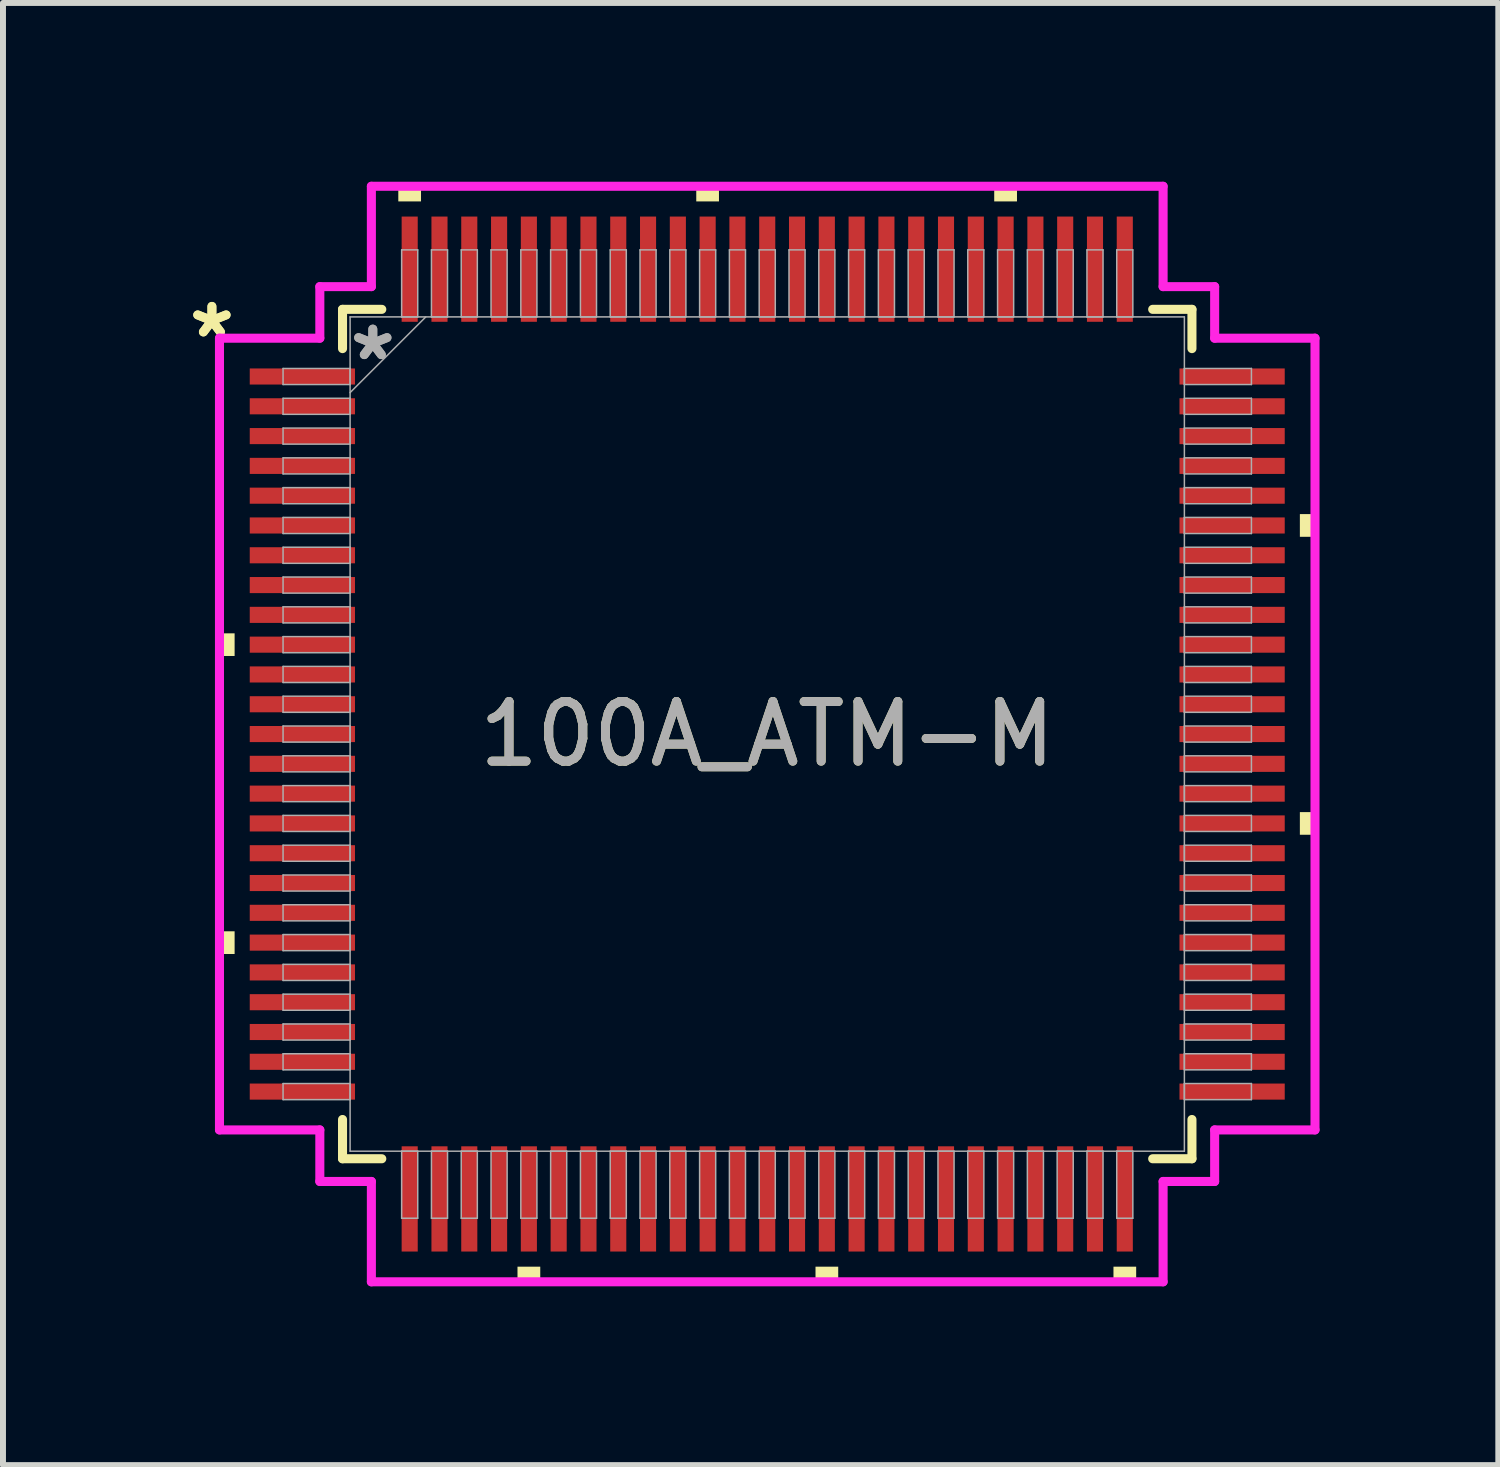
<source format=kicad_pcb>
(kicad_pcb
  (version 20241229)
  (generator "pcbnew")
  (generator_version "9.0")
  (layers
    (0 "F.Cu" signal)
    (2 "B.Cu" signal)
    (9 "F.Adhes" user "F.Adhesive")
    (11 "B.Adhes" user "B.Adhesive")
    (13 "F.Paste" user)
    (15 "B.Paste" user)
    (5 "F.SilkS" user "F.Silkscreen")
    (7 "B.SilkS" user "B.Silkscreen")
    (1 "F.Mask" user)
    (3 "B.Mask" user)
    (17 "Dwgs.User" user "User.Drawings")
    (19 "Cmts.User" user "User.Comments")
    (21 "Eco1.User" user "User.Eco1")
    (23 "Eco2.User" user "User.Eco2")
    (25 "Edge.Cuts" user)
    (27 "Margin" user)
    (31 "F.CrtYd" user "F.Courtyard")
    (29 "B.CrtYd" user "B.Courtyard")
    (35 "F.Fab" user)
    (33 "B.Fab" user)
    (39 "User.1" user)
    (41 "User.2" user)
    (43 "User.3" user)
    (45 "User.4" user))
  (footprint "100A_ATM-M"
    (layer "F.Cu")
    (at 9.825 9.268)
    (property "Reference" "100A_ATM-M" (at 0 0 0) (unlocked yes) (layer "F.SilkS") (effects (font (size 1 1) (thickness 0.15))))
    (attr smd)
    (fp_line (start -7.127 -7.127) (end -7.127 -6.468) (stroke (width 0.152) (type solid)) (layer "F.SilkS"))
    (fp_line (start -7.127 6.468) (end -7.127 7.127) (stroke (width 0.152) (type solid)) (layer "F.SilkS"))
    (fp_line (start -7.127 7.127) (end -6.468 7.127) (stroke (width 0.152) (type solid)) (layer "F.SilkS"))
    (fp_line (start -6.468 -7.127) (end -7.127 -7.127) (stroke (width 0.152) (type solid)) (layer "F.SilkS"))
    (fp_line (start 6.468 7.127) (end 7.127 7.127) (stroke (width 0.152) (type solid)) (layer "F.SilkS"))
    (fp_line (start 7.127 -7.127) (end 6.468 -7.127) (stroke (width 0.152) (type solid)) (layer "F.SilkS"))
    (fp_line (start 7.127 -6.468) (end 7.127 -7.127) (stroke (width 0.152) (type solid)) (layer "F.SilkS"))
    (fp_line (start 7.127 7.127) (end 7.127 6.468) (stroke (width 0.152) (type solid)) (layer "F.SilkS"))
    (fp_poly (pts (xy -9.192 -1.69) (xy -9.192 -1.31) (xy -8.938 -1.31) (xy -8.938 -1.69)) (stroke (width 0) (type solid)) (fill yes) (layer "F.SilkS"))
    (fp_poly (pts (xy -9.192 3.31) (xy -9.192 3.691) (xy -8.938 3.691) (xy -8.938 3.31)) (stroke (width 0) (type solid)) (fill yes) (layer "F.SilkS"))
    (fp_poly (pts (xy -6.191 -8.938) (xy -6.191 -9.192) (xy -5.81 -9.192) (xy -5.81 -8.938)) (stroke (width 0) (type solid)) (fill yes) (layer "F.SilkS"))
    (fp_poly (pts (xy -4.191 8.938) (xy -4.191 9.192) (xy -3.809 9.192) (xy -3.809 8.938)) (stroke (width 0) (type solid)) (fill yes) (layer "F.SilkS"))
    (fp_poly (pts (xy -1.191 -8.938) (xy -1.191 -9.192) (xy -0.81 -9.192) (xy -0.81 -8.938)) (stroke (width 0) (type solid)) (fill yes) (layer "F.SilkS"))
    (fp_poly (pts (xy 0.81 8.938) (xy 0.81 9.192) (xy 1.191 9.192) (xy 1.191 8.938)) (stroke (width 0) (type solid)) (fill yes) (layer "F.SilkS"))
    (fp_poly (pts (xy 3.809 -8.938) (xy 3.809 -9.192) (xy 4.191 -9.192) (xy 4.191 -8.938)) (stroke (width 0) (type solid)) (fill yes) (layer "F.SilkS"))
    (fp_poly (pts (xy 5.81 8.938) (xy 5.81 9.192) (xy 6.191 9.192) (xy 6.191 8.938)) (stroke (width 0) (type solid)) (fill yes) (layer "F.SilkS"))
    (fp_poly (pts (xy 9.192 -3.691) (xy 9.192 -3.31) (xy 8.938 -3.31) (xy 8.938 -3.691)) (stroke (width 0) (type solid)) (fill yes) (layer "F.SilkS"))
    (fp_poly (pts (xy 9.192 1.31) (xy 9.192 1.69) (xy 8.938 1.69) (xy 8.938 1.31)) (stroke (width 0) (type solid)) (fill yes) (layer "F.SilkS"))
    (fp_line (start -9.192 -6.643) (end -7.508 -6.643) (stroke (width 0.152) (type solid)) (layer "F.CrtYd"))
    (fp_line (start -9.192 6.643) (end -9.192 -6.643) (stroke (width 0.152) (type solid)) (layer "F.CrtYd"))
    (fp_line (start -7.508 -7.508) (end -6.643 -7.508) (stroke (width 0.152) (type solid)) (layer "F.CrtYd"))
    (fp_line (start -7.508 -6.643) (end -7.508 -7.508) (stroke (width 0.152) (type solid)) (layer "F.CrtYd"))
    (fp_line (start -7.508 6.643) (end -9.192 6.643) (stroke (width 0.152) (type solid)) (layer "F.CrtYd"))
    (fp_line (start -7.508 7.508) (end -7.508 6.643) (stroke (width 0.152) (type solid)) (layer "F.CrtYd"))
    (fp_line (start -7.508 7.508) (end -6.643 7.508) (stroke (width 0.152) (type solid)) (layer "F.CrtYd"))
    (fp_line (start -6.643 -9.192) (end 6.643 -9.192) (stroke (width 0.152) (type solid)) (layer "F.CrtYd"))
    (fp_line (start -6.643 -7.508) (end -6.643 -9.192) (stroke (width 0.152) (type solid)) (layer "F.CrtYd"))
    (fp_line (start -6.643 7.508) (end -6.643 9.192) (stroke (width 0.152) (type solid)) (layer "F.CrtYd"))
    (fp_line (start -6.643 9.192) (end 6.643 9.192) (stroke (width 0.152) (type solid)) (layer "F.CrtYd"))
    (fp_line (start 6.643 -9.192) (end 6.643 -7.508) (stroke (width 0.152) (type solid)) (layer "F.CrtYd"))
    (fp_line (start 6.643 -7.508) (end 7.508 -7.508) (stroke (width 0.152) (type solid)) (layer "F.CrtYd"))
    (fp_line (start 6.643 7.508) (end 7.508 7.508) (stroke (width 0.152) (type solid)) (layer "F.CrtYd"))
    (fp_line (start 6.643 9.192) (end 6.643 7.508) (stroke (width 0.152) (type solid)) (layer "F.CrtYd"))
    (fp_line (start 7.508 -6.643) (end 7.508 -7.508) (stroke (width 0.152) (type solid)) (layer "F.CrtYd"))
    (fp_line (start 7.508 6.643) (end 9.192 6.643) (stroke (width 0.152) (type solid)) (layer "F.CrtYd"))
    (fp_line (start 7.508 7.508) (end 7.508 6.643) (stroke (width 0.152) (type solid)) (layer "F.CrtYd"))
    (fp_line (start 9.192 -6.643) (end 7.508 -6.643) (stroke (width 0.152) (type solid)) (layer "F.CrtYd"))
    (fp_line (start 9.192 6.643) (end 9.192 -6.643) (stroke (width 0.152) (type solid)) (layer "F.CrtYd"))
    (fp_line (start -8.125 -6.135) (end -8.125 -5.865) (stroke (width 0.025) (type solid)) (layer "F.Fab"))
    (fp_line (start -8.125 -5.865) (end -7 -5.865) (stroke (width 0.025) (type solid)) (layer "F.Fab"))
    (fp_line (start -8.125 -5.635) (end -8.125 -5.365) (stroke (width 0.025) (type solid)) (layer "F.Fab"))
    (fp_line (start -8.125 -5.365) (end -7 -5.365) (stroke (width 0.025) (type solid)) (layer "F.Fab"))
    (fp_line (start -8.125 -5.135) (end -8.125 -4.865) (stroke (width 0.025) (type solid)) (layer "F.Fab"))
    (fp_line (start -8.125 -4.865) (end -7 -4.865) (stroke (width 0.025) (type solid)) (layer "F.Fab"))
    (fp_line (start -8.125 -4.635) (end -8.125 -4.365) (stroke (width 0.025) (type solid)) (layer "F.Fab"))
    (fp_line (start -8.125 -4.365) (end -7 -4.365) (stroke (width 0.025) (type solid)) (layer "F.Fab"))
    (fp_line (start -8.125 -4.135) (end -8.125 -3.865) (stroke (width 0.025) (type solid)) (layer "F.Fab"))
    (fp_line (start -8.125 -3.865) (end -7 -3.865) (stroke (width 0.025) (type solid)) (layer "F.Fab"))
    (fp_line (start -8.125 -3.635) (end -8.125 -3.365) (stroke (width 0.025) (type solid)) (layer "F.Fab"))
    (fp_line (start -8.125 -3.365) (end -7 -3.365) (stroke (width 0.025) (type solid)) (layer "F.Fab"))
    (fp_line (start -8.125 -3.135) (end -8.125 -2.865) (stroke (width 0.025) (type solid)) (layer "F.Fab"))
    (fp_line (start -8.125 -2.865) (end -7 -2.865) (stroke (width 0.025) (type solid)) (layer "F.Fab"))
    (fp_line (start -8.125 -2.635) (end -8.125 -2.365) (stroke (width 0.025) (type solid)) (layer "F.Fab"))
    (fp_line (start -8.125 -2.365) (end -7 -2.365) (stroke (width 0.025) (type solid)) (layer "F.Fab"))
    (fp_line (start -8.125 -2.135) (end -8.125 -1.865) (stroke (width 0.025) (type solid)) (layer "F.Fab"))
    (fp_line (start -8.125 -1.865) (end -7 -1.865) (stroke (width 0.025) (type solid)) (layer "F.Fab"))
    (fp_line (start -8.125 -1.635) (end -8.125 -1.365) (stroke (width 0.025) (type solid)) (layer "F.Fab"))
    (fp_line (start -8.125 -1.365) (end -7 -1.365) (stroke (width 0.025) (type solid)) (layer "F.Fab"))
    (fp_line (start -8.125 -1.135) (end -8.125 -0.865) (stroke (width 0.025) (type solid)) (layer "F.Fab"))
    (fp_line (start -8.125 -0.865) (end -7 -0.865) (stroke (width 0.025) (type solid)) (layer "F.Fab"))
    (fp_line (start -8.125 -0.635) (end -8.125 -0.365) (stroke (width 0.025) (type solid)) (layer "F.Fab"))
    (fp_line (start -8.125 -0.365) (end -7 -0.365) (stroke (width 0.025) (type solid)) (layer "F.Fab"))
    (fp_line (start -8.125 -0.135) (end -8.125 0.135) (stroke (width 0.025) (type solid)) (layer "F.Fab"))
    (fp_line (start -8.125 0.135) (end -7 0.135) (stroke (width 0.025) (type solid)) (layer "F.Fab"))
    (fp_line (start -8.125 0.365) (end -8.125 0.635) (stroke (width 0.025) (type solid)) (layer "F.Fab"))
    (fp_line (start -8.125 0.635) (end -7 0.635) (stroke (width 0.025) (type solid)) (layer "F.Fab"))
    (fp_line (start -8.125 0.865) (end -8.125 1.135) (stroke (width 0.025) (type solid)) (layer "F.Fab"))
    (fp_line (start -8.125 1.135) (end -7 1.135) (stroke (width 0.025) (type solid)) (layer "F.Fab"))
    (fp_line (start -8.125 1.365) (end -8.125 1.635) (stroke (width 0.025) (type solid)) (layer "F.Fab"))
    (fp_line (start -8.125 1.635) (end -7 1.635) (stroke (width 0.025) (type solid)) (layer "F.Fab"))
    (fp_line (start -8.125 1.865) (end -8.125 2.135) (stroke (width 0.025) (type solid)) (layer "F.Fab"))
    (fp_line (start -8.125 2.135) (end -7 2.135) (stroke (width 0.025) (type solid)) (layer "F.Fab"))
    (fp_line (start -8.125 2.365) (end -8.125 2.635) (stroke (width 0.025) (type solid)) (layer "F.Fab"))
    (fp_line (start -8.125 2.635) (end -7 2.635) (stroke (width 0.025) (type solid)) (layer "F.Fab"))
    (fp_line (start -8.125 2.865) (end -8.125 3.135) (stroke (width 0.025) (type solid)) (layer "F.Fab"))
    (fp_line (start -8.125 3.135) (end -7 3.135) (stroke (width 0.025) (type solid)) (layer "F.Fab"))
    (fp_line (start -8.125 3.365) (end -8.125 3.635) (stroke (width 0.025) (type solid)) (layer "F.Fab"))
    (fp_line (start -8.125 3.635) (end -7 3.635) (stroke (width 0.025) (type solid)) (layer "F.Fab"))
    (fp_line (start -8.125 3.865) (end -8.125 4.135) (stroke (width 0.025) (type solid)) (layer "F.Fab"))
    (fp_line (start -8.125 4.135) (end -7 4.135) (stroke (width 0.025) (type solid)) (layer "F.Fab"))
    (fp_line (start -8.125 4.365) (end -8.125 4.635) (stroke (width 0.025) (type solid)) (layer "F.Fab"))
    (fp_line (start -8.125 4.635) (end -7 4.635) (stroke (width 0.025) (type solid)) (layer "F.Fab"))
    (fp_line (start -8.125 4.865) (end -8.125 5.135) (stroke (width 0.025) (type solid)) (layer "F.Fab"))
    (fp_line (start -8.125 5.135) (end -7 5.135) (stroke (width 0.025) (type solid)) (layer "F.Fab"))
    (fp_line (start -8.125 5.365) (end -8.125 5.635) (stroke (width 0.025) (type solid)) (layer "F.Fab"))
    (fp_line (start -8.125 5.635) (end -7 5.635) (stroke (width 0.025) (type solid)) (layer "F.Fab"))
    (fp_line (start -8.125 5.865) (end -8.125 6.135) (stroke (width 0.025) (type solid)) (layer "F.Fab"))
    (fp_line (start -8.125 6.135) (end -7 6.135) (stroke (width 0.025) (type solid)) (layer "F.Fab"))
    (fp_line (start -7 -7) (end -7 7) (stroke (width 0.025) (type solid)) (layer "F.Fab"))
    (fp_line (start -7 -6.135) (end -8.125 -6.135) (stroke (width 0.025) (type solid)) (layer "F.Fab"))
    (fp_line (start -7 -5.865) (end -7 -6.135) (stroke (width 0.025) (type solid)) (layer "F.Fab"))
    (fp_line (start -7 -5.73) (end -5.73 -7) (stroke (width 0.025) (type solid)) (layer "F.Fab"))
    (fp_line (start -7 -5.635) (end -8.125 -5.635) (stroke (width 0.025) (type solid)) (layer "F.Fab"))
    (fp_line (start -7 -5.365) (end -7 -5.635) (stroke (width 0.025) (type solid)) (layer "F.Fab"))
    (fp_line (start -7 -5.135) (end -8.125 -5.135) (stroke (width 0.025) (type solid)) (layer "F.Fab"))
    (fp_line (start -7 -4.865) (end -7 -5.135) (stroke (width 0.025) (type solid)) (layer "F.Fab"))
    (fp_line (start -7 -4.635) (end -8.125 -4.635) (stroke (width 0.025) (type solid)) (layer "F.Fab"))
    (fp_line (start -7 -4.365) (end -7 -4.635) (stroke (width 0.025) (type solid)) (layer "F.Fab"))
    (fp_line (start -7 -4.135) (end -8.125 -4.135) (stroke (width 0.025) (type solid)) (layer "F.Fab"))
    (fp_line (start -7 -3.865) (end -7 -4.135) (stroke (width 0.025) (type solid)) (layer "F.Fab"))
    (fp_line (start -7 -3.635) (end -8.125 -3.635) (stroke (width 0.025) (type solid)) (layer "F.Fab"))
    (fp_line (start -7 -3.365) (end -7 -3.635) (stroke (width 0.025) (type solid)) (layer "F.Fab"))
    (fp_line (start -7 -3.135) (end -8.125 -3.135) (stroke (width 0.025) (type solid)) (layer "F.Fab"))
    (fp_line (start -7 -2.865) (end -7 -3.135) (stroke (width 0.025) (type solid)) (layer "F.Fab"))
    (fp_line (start -7 -2.635) (end -8.125 -2.635) (stroke (width 0.025) (type solid)) (layer "F.Fab"))
    (fp_line (start -7 -2.365) (end -7 -2.635) (stroke (width 0.025) (type solid)) (layer "F.Fab"))
    (fp_line (start -7 -2.135) (end -8.125 -2.135) (stroke (width 0.025) (type solid)) (layer "F.Fab"))
    (fp_line (start -7 -1.865) (end -7 -2.135) (stroke (width 0.025) (type solid)) (layer "F.Fab"))
    (fp_line (start -7 -1.635) (end -8.125 -1.635) (stroke (width 0.025) (type solid)) (layer "F.Fab"))
    (fp_line (start -7 -1.365) (end -7 -1.635) (stroke (width 0.025) (type solid)) (layer "F.Fab"))
    (fp_line (start -7 -1.135) (end -8.125 -1.135) (stroke (width 0.025) (type solid)) (layer "F.Fab"))
    (fp_line (start -7 -0.865) (end -7 -1.135) (stroke (width 0.025) (type solid)) (layer "F.Fab"))
    (fp_line (start -7 -0.635) (end -8.125 -0.635) (stroke (width 0.025) (type solid)) (layer "F.Fab"))
    (fp_line (start -7 -0.365) (end -7 -0.635) (stroke (width 0.025) (type solid)) (layer "F.Fab"))
    (fp_line (start -7 -0.135) (end -8.125 -0.135) (stroke (width 0.025) (type solid)) (layer "F.Fab"))
    (fp_line (start -7 0.135) (end -7 -0.135) (stroke (width 0.025) (type solid)) (layer "F.Fab"))
    (fp_line (start -7 0.365) (end -8.125 0.365) (stroke (width 0.025) (type solid)) (layer "F.Fab"))
    (fp_line (start -7 0.635) (end -7 0.365) (stroke (width 0.025) (type solid)) (layer "F.Fab"))
    (fp_line (start -7 0.865) (end -8.125 0.865) (stroke (width 0.025) (type solid)) (layer "F.Fab"))
    (fp_line (start -7 1.135) (end -7 0.865) (stroke (width 0.025) (type solid)) (layer "F.Fab"))
    (fp_line (start -7 1.365) (end -8.125 1.365) (stroke (width 0.025) (type solid)) (layer "F.Fab"))
    (fp_line (start -7 1.635) (end -7 1.365) (stroke (width 0.025) (type solid)) (layer "F.Fab"))
    (fp_line (start -7 1.865) (end -8.125 1.865) (stroke (width 0.025) (type solid)) (layer "F.Fab"))
    (fp_line (start -7 2.135) (end -7 1.865) (stroke (width 0.025) (type solid)) (layer "F.Fab"))
    (fp_line (start -7 2.365) (end -8.125 2.365) (stroke (width 0.025) (type solid)) (layer "F.Fab"))
    (fp_line (start -7 2.635) (end -7 2.365) (stroke (width 0.025) (type solid)) (layer "F.Fab"))
    (fp_line (start -7 2.865) (end -8.125 2.865) (stroke (width 0.025) (type solid)) (layer "F.Fab"))
    (fp_line (start -7 3.135) (end -7 2.865) (stroke (width 0.025) (type solid)) (layer "F.Fab"))
    (fp_line (start -7 3.365) (end -8.125 3.365) (stroke (width 0.025) (type solid)) (layer "F.Fab"))
    (fp_line (start -7 3.635) (end -7 3.365) (stroke (width 0.025) (type solid)) (layer "F.Fab"))
    (fp_line (start -7 3.865) (end -8.125 3.865) (stroke (width 0.025) (type solid)) (layer "F.Fab"))
    (fp_line (start -7 4.135) (end -7 3.865) (stroke (width 0.025) (type solid)) (layer "F.Fab"))
    (fp_line (start -7 4.365) (end -8.125 4.365) (stroke (width 0.025) (type solid)) (layer "F.Fab"))
    (fp_line (start -7 4.635) (end -7 4.365) (stroke (width 0.025) (type solid)) (layer "F.Fab"))
    (fp_line (start -7 4.865) (end -8.125 4.865) (stroke (width 0.025) (type solid)) (layer "F.Fab"))
    (fp_line (start -7 5.135) (end -7 4.865) (stroke (width 0.025) (type solid)) (layer "F.Fab"))
    (fp_line (start -7 5.365) (end -8.125 5.365) (stroke (width 0.025) (type solid)) (layer "F.Fab"))
    (fp_line (start -7 5.635) (end -7 5.365) (stroke (width 0.025) (type solid)) (layer "F.Fab"))
    (fp_line (start -7 5.865) (end -8.125 5.865) (stroke (width 0.025) (type solid)) (layer "F.Fab"))
    (fp_line (start -7 6.135) (end -7 5.865) (stroke (width 0.025) (type solid)) (layer "F.Fab"))
    (fp_line (start -7 7) (end 7 7) (stroke (width 0.025) (type solid)) (layer "F.Fab"))
    (fp_line (start -6.135 -8.125) (end -6.135 -7) (stroke (width 0.025) (type solid)) (layer "F.Fab"))
    (fp_line (start -6.135 -7) (end -5.865 -7) (stroke (width 0.025) (type solid)) (layer "F.Fab"))
    (fp_line (start -6.135 7) (end -6.135 8.125) (stroke (width 0.025) (type solid)) (layer "F.Fab"))
    (fp_line (start -6.135 8.125) (end -5.865 8.125) (stroke (width 0.025) (type solid)) (layer "F.Fab"))
    (fp_line (start -5.865 -8.125) (end -6.135 -8.125) (stroke (width 0.025) (type solid)) (layer "F.Fab"))
    (fp_line (start -5.865 -7) (end -5.865 -8.125) (stroke (width 0.025) (type solid)) (layer "F.Fab"))
    (fp_line (start -5.865 7) (end -6.135 7) (stroke (width 0.025) (type solid)) (layer "F.Fab"))
    (fp_line (start -5.865 8.125) (end -5.865 7) (stroke (width 0.025) (type solid)) (layer "F.Fab"))
    (fp_line (start -5.635 -8.125) (end -5.635 -7) (stroke (width 0.025) (type solid)) (layer "F.Fab"))
    (fp_line (start -5.635 -7) (end -5.365 -7) (stroke (width 0.025) (type solid)) (layer "F.Fab"))
    (fp_line (start -5.635 7) (end -5.635 8.125) (stroke (width 0.025) (type solid)) (layer "F.Fab"))
    (fp_line (start -5.635 8.125) (end -5.365 8.125) (stroke (width 0.025) (type solid)) (layer "F.Fab"))
    (fp_line (start -5.365 -8.125) (end -5.635 -8.125) (stroke (width 0.025) (type solid)) (layer "F.Fab"))
    (fp_line (start -5.365 -7) (end -5.365 -8.125) (stroke (width 0.025) (type solid)) (layer "F.Fab"))
    (fp_line (start -5.365 7) (end -5.635 7) (stroke (width 0.025) (type solid)) (layer "F.Fab"))
    (fp_line (start -5.365 8.125) (end -5.365 7) (stroke (width 0.025) (type solid)) (layer "F.Fab"))
    (fp_line (start -5.135 -8.125) (end -5.135 -7) (stroke (width 0.025) (type solid)) (layer "F.Fab"))
    (fp_line (start -5.135 -7) (end -4.865 -7) (stroke (width 0.025) (type solid)) (layer "F.Fab"))
    (fp_line (start -5.135 7) (end -5.135 8.125) (stroke (width 0.025) (type solid)) (layer "F.Fab"))
    (fp_line (start -5.135 8.125) (end -4.865 8.125) (stroke (width 0.025) (type solid)) (layer "F.Fab"))
    (fp_line (start -4.865 -8.125) (end -5.135 -8.125) (stroke (width 0.025) (type solid)) (layer "F.Fab"))
    (fp_line (start -4.865 -7) (end -4.865 -8.125) (stroke (width 0.025) (type solid)) (layer "F.Fab"))
    (fp_line (start -4.865 7) (end -5.135 7) (stroke (width 0.025) (type solid)) (layer "F.Fab"))
    (fp_line (start -4.865 8.125) (end -4.865 7) (stroke (width 0.025) (type solid)) (layer "F.Fab"))
    (fp_line (start -4.635 -8.125) (end -4.635 -7) (stroke (width 0.025) (type solid)) (layer "F.Fab"))
    (fp_line (start -4.635 -7) (end -4.365 -7) (stroke (width 0.025) (type solid)) (layer "F.Fab"))
    (fp_line (start -4.635 7) (end -4.635 8.125) (stroke (width 0.025) (type solid)) (layer "F.Fab"))
    (fp_line (start -4.635 8.125) (end -4.365 8.125) (stroke (width 0.025) (type solid)) (layer "F.Fab"))
    (fp_line (start -4.365 -8.125) (end -4.635 -8.125) (stroke (width 0.025) (type solid)) (layer "F.Fab"))
    (fp_line (start -4.365 -7) (end -4.365 -8.125) (stroke (width 0.025) (type solid)) (layer "F.Fab"))
    (fp_line (start -4.365 7) (end -4.635 7) (stroke (width 0.025) (type solid)) (layer "F.Fab"))
    (fp_line (start -4.365 8.125) (end -4.365 7) (stroke (width 0.025) (type solid)) (layer "F.Fab"))
    (fp_line (start -4.135 -8.125) (end -4.135 -7) (stroke (width 0.025) (type solid)) (layer "F.Fab"))
    (fp_line (start -4.135 -7) (end -3.865 -7) (stroke (width 0.025) (type solid)) (layer "F.Fab"))
    (fp_line (start -4.135 7) (end -4.135 8.125) (stroke (width 0.025) (type solid)) (layer "F.Fab"))
    (fp_line (start -4.135 8.125) (end -3.865 8.125) (stroke (width 0.025) (type solid)) (layer "F.Fab"))
    (fp_line (start -3.865 -8.125) (end -4.135 -8.125) (stroke (width 0.025) (type solid)) (layer "F.Fab"))
    (fp_line (start -3.865 -7) (end -3.865 -8.125) (stroke (width 0.025) (type solid)) (layer "F.Fab"))
    (fp_line (start -3.865 7) (end -4.135 7) (stroke (width 0.025) (type solid)) (layer "F.Fab"))
    (fp_line (start -3.865 8.125) (end -3.865 7) (stroke (width 0.025) (type solid)) (layer "F.Fab"))
    (fp_line (start -3.635 -8.125) (end -3.635 -7) (stroke (width 0.025) (type solid)) (layer "F.Fab"))
    (fp_line (start -3.635 -7) (end -3.365 -7) (stroke (width 0.025) (type solid)) (layer "F.Fab"))
    (fp_line (start -3.635 7) (end -3.635 8.125) (stroke (width 0.025) (type solid)) (layer "F.Fab"))
    (fp_line (start -3.635 8.125) (end -3.365 8.125) (stroke (width 0.025) (type solid)) (layer "F.Fab"))
    (fp_line (start -3.365 -8.125) (end -3.635 -8.125) (stroke (width 0.025) (type solid)) (layer "F.Fab"))
    (fp_line (start -3.365 -7) (end -3.365 -8.125) (stroke (width 0.025) (type solid)) (layer "F.Fab"))
    (fp_line (start -3.365 7) (end -3.635 7) (stroke (width 0.025) (type solid)) (layer "F.Fab"))
    (fp_line (start -3.365 8.125) (end -3.365 7) (stroke (width 0.025) (type solid)) (layer "F.Fab"))
    (fp_line (start -3.135 -8.125) (end -3.135 -7) (stroke (width 0.025) (type solid)) (layer "F.Fab"))
    (fp_line (start -3.135 -7) (end -2.865 -7) (stroke (width 0.025) (type solid)) (layer "F.Fab"))
    (fp_line (start -3.135 7) (end -3.135 8.125) (stroke (width 0.025) (type solid)) (layer "F.Fab"))
    (fp_line (start -3.135 8.125) (end -2.865 8.125) (stroke (width 0.025) (type solid)) (layer "F.Fab"))
    (fp_line (start -2.865 -8.125) (end -3.135 -8.125) (stroke (width 0.025) (type solid)) (layer "F.Fab"))
    (fp_line (start -2.865 -7) (end -2.865 -8.125) (stroke (width 0.025) (type solid)) (layer "F.Fab"))
    (fp_line (start -2.865 7) (end -3.135 7) (stroke (width 0.025) (type solid)) (layer "F.Fab"))
    (fp_line (start -2.865 8.125) (end -2.865 7) (stroke (width 0.025) (type solid)) (layer "F.Fab"))
    (fp_line (start -2.635 -8.125) (end -2.635 -7) (stroke (width 0.025) (type solid)) (layer "F.Fab"))
    (fp_line (start -2.635 -7) (end -2.365 -7) (stroke (width 0.025) (type solid)) (layer "F.Fab"))
    (fp_line (start -2.635 7) (end -2.635 8.125) (stroke (width 0.025) (type solid)) (layer "F.Fab"))
    (fp_line (start -2.635 8.125) (end -2.365 8.125) (stroke (width 0.025) (type solid)) (layer "F.Fab"))
    (fp_line (start -2.365 -8.125) (end -2.635 -8.125) (stroke (width 0.025) (type solid)) (layer "F.Fab"))
    (fp_line (start -2.365 -7) (end -2.365 -8.125) (stroke (width 0.025) (type solid)) (layer "F.Fab"))
    (fp_line (start -2.365 7) (end -2.635 7) (stroke (width 0.025) (type solid)) (layer "F.Fab"))
    (fp_line (start -2.365 8.125) (end -2.365 7) (stroke (width 0.025) (type solid)) (layer "F.Fab"))
    (fp_line (start -2.135 -8.125) (end -2.135 -7) (stroke (width 0.025) (type solid)) (layer "F.Fab"))
    (fp_line (start -2.135 -7) (end -1.865 -7) (stroke (width 0.025) (type solid)) (layer "F.Fab"))
    (fp_line (start -2.135 7) (end -2.135 8.125) (stroke (width 0.025) (type solid)) (layer "F.Fab"))
    (fp_line (start -2.135 8.125) (end -1.865 8.125) (stroke (width 0.025) (type solid)) (layer "F.Fab"))
    (fp_line (start -1.865 -8.125) (end -2.135 -8.125) (stroke (width 0.025) (type solid)) (layer "F.Fab"))
    (fp_line (start -1.865 -7) (end -1.865 -8.125) (stroke (width 0.025) (type solid)) (layer "F.Fab"))
    (fp_line (start -1.865 7) (end -2.135 7) (stroke (width 0.025) (type solid)) (layer "F.Fab"))
    (fp_line (start -1.865 8.125) (end -1.865 7) (stroke (width 0.025) (type solid)) (layer "F.Fab"))
    (fp_line (start -1.635 -8.125) (end -1.635 -7) (stroke (width 0.025) (type solid)) (layer "F.Fab"))
    (fp_line (start -1.635 -7) (end -1.365 -7) (stroke (width 0.025) (type solid)) (layer "F.Fab"))
    (fp_line (start -1.635 7) (end -1.635 8.125) (stroke (width 0.025) (type solid)) (layer "F.Fab"))
    (fp_line (start -1.635 8.125) (end -1.365 8.125) (stroke (width 0.025) (type solid)) (layer "F.Fab"))
    (fp_line (start -1.365 -8.125) (end -1.635 -8.125) (stroke (width 0.025) (type solid)) (layer "F.Fab"))
    (fp_line (start -1.365 -7) (end -1.365 -8.125) (stroke (width 0.025) (type solid)) (layer "F.Fab"))
    (fp_line (start -1.365 7) (end -1.635 7) (stroke (width 0.025) (type solid)) (layer "F.Fab"))
    (fp_line (start -1.365 8.125) (end -1.365 7) (stroke (width 0.025) (type solid)) (layer "F.Fab"))
    (fp_line (start -1.135 -8.125) (end -1.135 -7) (stroke (width 0.025) (type solid)) (layer "F.Fab"))
    (fp_line (start -1.135 -7) (end -0.865 -7) (stroke (width 0.025) (type solid)) (layer "F.Fab"))
    (fp_line (start -1.135 7) (end -1.135 8.125) (stroke (width 0.025) (type solid)) (layer "F.Fab"))
    (fp_line (start -1.135 8.125) (end -0.865 8.125) (stroke (width 0.025) (type solid)) (layer "F.Fab"))
    (fp_line (start -0.865 -8.125) (end -1.135 -8.125) (stroke (width 0.025) (type solid)) (layer "F.Fab"))
    (fp_line (start -0.865 -7) (end -0.865 -8.125) (stroke (width 0.025) (type solid)) (layer "F.Fab"))
    (fp_line (start -0.865 7) (end -1.135 7) (stroke (width 0.025) (type solid)) (layer "F.Fab"))
    (fp_line (start -0.865 8.125) (end -0.865 7) (stroke (width 0.025) (type solid)) (layer "F.Fab"))
    (fp_line (start -0.635 -8.125) (end -0.635 -7) (stroke (width 0.025) (type solid)) (layer "F.Fab"))
    (fp_line (start -0.635 -7) (end -0.365 -7) (stroke (width 0.025) (type solid)) (layer "F.Fab"))
    (fp_line (start -0.635 7) (end -0.635 8.125) (stroke (width 0.025) (type solid)) (layer "F.Fab"))
    (fp_line (start -0.635 8.125) (end -0.365 8.125) (stroke (width 0.025) (type solid)) (layer "F.Fab"))
    (fp_line (start -0.365 -8.125) (end -0.635 -8.125) (stroke (width 0.025) (type solid)) (layer "F.Fab"))
    (fp_line (start -0.365 -7) (end -0.365 -8.125) (stroke (width 0.025) (type solid)) (layer "F.Fab"))
    (fp_line (start -0.365 7) (end -0.635 7) (stroke (width 0.025) (type solid)) (layer "F.Fab"))
    (fp_line (start -0.365 8.125) (end -0.365 7) (stroke (width 0.025) (type solid)) (layer "F.Fab"))
    (fp_line (start -0.135 -8.125) (end -0.135 -7) (stroke (width 0.025) (type solid)) (layer "F.Fab"))
    (fp_line (start -0.135 -7) (end 0.135 -7) (stroke (width 0.025) (type solid)) (layer "F.Fab"))
    (fp_line (start -0.135 7) (end -0.135 8.125) (stroke (width 0.025) (type solid)) (layer "F.Fab"))
    (fp_line (start -0.135 8.125) (end 0.135 8.125) (stroke (width 0.025) (type solid)) (layer "F.Fab"))
    (fp_line (start 0.135 -8.125) (end -0.135 -8.125) (stroke (width 0.025) (type solid)) (layer "F.Fab"))
    (fp_line (start 0.135 -7) (end 0.135 -8.125) (stroke (width 0.025) (type solid)) (layer "F.Fab"))
    (fp_line (start 0.135 7) (end -0.135 7) (stroke (width 0.025) (type solid)) (layer "F.Fab"))
    (fp_line (start 0.135 8.125) (end 0.135 7) (stroke (width 0.025) (type solid)) (layer "F.Fab"))
    (fp_line (start 0.365 -8.125) (end 0.365 -7) (stroke (width 0.025) (type solid)) (layer "F.Fab"))
    (fp_line (start 0.365 -7) (end 0.635 -7) (stroke (width 0.025) (type solid)) (layer "F.Fab"))
    (fp_line (start 0.365 7) (end 0.365 8.125) (stroke (width 0.025) (type solid)) (layer "F.Fab"))
    (fp_line (start 0.365 8.125) (end 0.635 8.125) (stroke (width 0.025) (type solid)) (layer "F.Fab"))
    (fp_line (start 0.635 -8.125) (end 0.365 -8.125) (stroke (width 0.025) (type solid)) (layer "F.Fab"))
    (fp_line (start 0.635 -7) (end 0.635 -8.125) (stroke (width 0.025) (type solid)) (layer "F.Fab"))
    (fp_line (start 0.635 7) (end 0.365 7) (stroke (width 0.025) (type solid)) (layer "F.Fab"))
    (fp_line (start 0.635 8.125) (end 0.635 7) (stroke (width 0.025) (type solid)) (layer "F.Fab"))
    (fp_line (start 0.865 -8.125) (end 0.865 -7) (stroke (width 0.025) (type solid)) (layer "F.Fab"))
    (fp_line (start 0.865 -7) (end 1.135 -7) (stroke (width 0.025) (type solid)) (layer "F.Fab"))
    (fp_line (start 0.865 7) (end 0.865 8.125) (stroke (width 0.025) (type solid)) (layer "F.Fab"))
    (fp_line (start 0.865 8.125) (end 1.135 8.125) (stroke (width 0.025) (type solid)) (layer "F.Fab"))
    (fp_line (start 1.135 -8.125) (end 0.865 -8.125) (stroke (width 0.025) (type solid)) (layer "F.Fab"))
    (fp_line (start 1.135 -7) (end 1.135 -8.125) (stroke (width 0.025) (type solid)) (layer "F.Fab"))
    (fp_line (start 1.135 7) (end 0.865 7) (stroke (width 0.025) (type solid)) (layer "F.Fab"))
    (fp_line (start 1.135 8.125) (end 1.135 7) (stroke (width 0.025) (type solid)) (layer "F.Fab"))
    (fp_line (start 1.365 -8.125) (end 1.365 -7) (stroke (width 0.025) (type solid)) (layer "F.Fab"))
    (fp_line (start 1.365 -7) (end 1.635 -7) (stroke (width 0.025) (type solid)) (layer "F.Fab"))
    (fp_line (start 1.365 7) (end 1.365 8.125) (stroke (width 0.025) (type solid)) (layer "F.Fab"))
    (fp_line (start 1.365 8.125) (end 1.635 8.125) (stroke (width 0.025) (type solid)) (layer "F.Fab"))
    (fp_line (start 1.635 -8.125) (end 1.365 -8.125) (stroke (width 0.025) (type solid)) (layer "F.Fab"))
    (fp_line (start 1.635 -7) (end 1.635 -8.125) (stroke (width 0.025) (type solid)) (layer "F.Fab"))
    (fp_line (start 1.635 7) (end 1.365 7) (stroke (width 0.025) (type solid)) (layer "F.Fab"))
    (fp_line (start 1.635 8.125) (end 1.635 7) (stroke (width 0.025) (type solid)) (layer "F.Fab"))
    (fp_line (start 1.865 -8.125) (end 1.865 -7) (stroke (width 0.025) (type solid)) (layer "F.Fab"))
    (fp_line (start 1.865 -7) (end 2.135 -7) (stroke (width 0.025) (type solid)) (layer "F.Fab"))
    (fp_line (start 1.865 7) (end 1.865 8.125) (stroke (width 0.025) (type solid)) (layer "F.Fab"))
    (fp_line (start 1.865 8.125) (end 2.135 8.125) (stroke (width 0.025) (type solid)) (layer "F.Fab"))
    (fp_line (start 2.135 -8.125) (end 1.865 -8.125) (stroke (width 0.025) (type solid)) (layer "F.Fab"))
    (fp_line (start 2.135 -7) (end 2.135 -8.125) (stroke (width 0.025) (type solid)) (layer "F.Fab"))
    (fp_line (start 2.135 7) (end 1.865 7) (stroke (width 0.025) (type solid)) (layer "F.Fab"))
    (fp_line (start 2.135 8.125) (end 2.135 7) (stroke (width 0.025) (type solid)) (layer "F.Fab"))
    (fp_line (start 2.365 -8.125) (end 2.365 -7) (stroke (width 0.025) (type solid)) (layer "F.Fab"))
    (fp_line (start 2.365 -7) (end 2.635 -7) (stroke (width 0.025) (type solid)) (layer "F.Fab"))
    (fp_line (start 2.365 7) (end 2.365 8.125) (stroke (width 0.025) (type solid)) (layer "F.Fab"))
    (fp_line (start 2.365 8.125) (end 2.635 8.125) (stroke (width 0.025) (type solid)) (layer "F.Fab"))
    (fp_line (start 2.635 -8.125) (end 2.365 -8.125) (stroke (width 0.025) (type solid)) (layer "F.Fab"))
    (fp_line (start 2.635 -7) (end 2.635 -8.125) (stroke (width 0.025) (type solid)) (layer "F.Fab"))
    (fp_line (start 2.635 7) (end 2.365 7) (stroke (width 0.025) (type solid)) (layer "F.Fab"))
    (fp_line (start 2.635 8.125) (end 2.635 7) (stroke (width 0.025) (type solid)) (layer "F.Fab"))
    (fp_line (start 2.865 -8.125) (end 2.865 -7) (stroke (width 0.025) (type solid)) (layer "F.Fab"))
    (fp_line (start 2.865 -7) (end 3.135 -7) (stroke (width 0.025) (type solid)) (layer "F.Fab"))
    (fp_line (start 2.865 7) (end 2.865 8.125) (stroke (width 0.025) (type solid)) (layer "F.Fab"))
    (fp_line (start 2.865 8.125) (end 3.135 8.125) (stroke (width 0.025) (type solid)) (layer "F.Fab"))
    (fp_line (start 3.135 -8.125) (end 2.865 -8.125) (stroke (width 0.025) (type solid)) (layer "F.Fab"))
    (fp_line (start 3.135 -7) (end 3.135 -8.125) (stroke (width 0.025) (type solid)) (layer "F.Fab"))
    (fp_line (start 3.135 7) (end 2.865 7) (stroke (width 0.025) (type solid)) (layer "F.Fab"))
    (fp_line (start 3.135 8.125) (end 3.135 7) (stroke (width 0.025) (type solid)) (layer "F.Fab"))
    (fp_line (start 3.365 -8.125) (end 3.365 -7) (stroke (width 0.025) (type solid)) (layer "F.Fab"))
    (fp_line (start 3.365 -7) (end 3.635 -7) (stroke (width 0.025) (type solid)) (layer "F.Fab"))
    (fp_line (start 3.365 7) (end 3.365 8.125) (stroke (width 0.025) (type solid)) (layer "F.Fab"))
    (fp_line (start 3.365 8.125) (end 3.635 8.125) (stroke (width 0.025) (type solid)) (layer "F.Fab"))
    (fp_line (start 3.635 -8.125) (end 3.365 -8.125) (stroke (width 0.025) (type solid)) (layer "F.Fab"))
    (fp_line (start 3.635 -7) (end 3.635 -8.125) (stroke (width 0.025) (type solid)) (layer "F.Fab"))
    (fp_line (start 3.635 7) (end 3.365 7) (stroke (width 0.025) (type solid)) (layer "F.Fab"))
    (fp_line (start 3.635 8.125) (end 3.635 7) (stroke (width 0.025) (type solid)) (layer "F.Fab"))
    (fp_line (start 3.865 -8.125) (end 3.865 -7) (stroke (width 0.025) (type solid)) (layer "F.Fab"))
    (fp_line (start 3.865 -7) (end 4.135 -7) (stroke (width 0.025) (type solid)) (layer "F.Fab"))
    (fp_line (start 3.865 7) (end 3.865 8.125) (stroke (width 0.025) (type solid)) (layer "F.Fab"))
    (fp_line (start 3.865 8.125) (end 4.135 8.125) (stroke (width 0.025) (type solid)) (layer "F.Fab"))
    (fp_line (start 4.135 -8.125) (end 3.865 -8.125) (stroke (width 0.025) (type solid)) (layer "F.Fab"))
    (fp_line (start 4.135 -7) (end 4.135 -8.125) (stroke (width 0.025) (type solid)) (layer "F.Fab"))
    (fp_line (start 4.135 7) (end 3.865 7) (stroke (width 0.025) (type solid)) (layer "F.Fab"))
    (fp_line (start 4.135 8.125) (end 4.135 7) (stroke (width 0.025) (type solid)) (layer "F.Fab"))
    (fp_line (start 4.365 -8.125) (end 4.365 -7) (stroke (width 0.025) (type solid)) (layer "F.Fab"))
    (fp_line (start 4.365 -7) (end 4.635 -7) (stroke (width 0.025) (type solid)) (layer "F.Fab"))
    (fp_line (start 4.365 7) (end 4.365 8.125) (stroke (width 0.025) (type solid)) (layer "F.Fab"))
    (fp_line (start 4.365 8.125) (end 4.635 8.125) (stroke (width 0.025) (type solid)) (layer "F.Fab"))
    (fp_line (start 4.635 -8.125) (end 4.365 -8.125) (stroke (width 0.025) (type solid)) (layer "F.Fab"))
    (fp_line (start 4.635 -7) (end 4.635 -8.125) (stroke (width 0.025) (type solid)) (layer "F.Fab"))
    (fp_line (start 4.635 7) (end 4.365 7) (stroke (width 0.025) (type solid)) (layer "F.Fab"))
    (fp_line (start 4.635 8.125) (end 4.635 7) (stroke (width 0.025) (type solid)) (layer "F.Fab"))
    (fp_line (start 4.865 -8.125) (end 4.865 -7) (stroke (width 0.025) (type solid)) (layer "F.Fab"))
    (fp_line (start 4.865 -7) (end 5.135 -7) (stroke (width 0.025) (type solid)) (layer "F.Fab"))
    (fp_line (start 4.865 7) (end 4.865 8.125) (stroke (width 0.025) (type solid)) (layer "F.Fab"))
    (fp_line (start 4.865 8.125) (end 5.135 8.125) (stroke (width 0.025) (type solid)) (layer "F.Fab"))
    (fp_line (start 5.135 -8.125) (end 4.865 -8.125) (stroke (width 0.025) (type solid)) (layer "F.Fab"))
    (fp_line (start 5.135 -7) (end 5.135 -8.125) (stroke (width 0.025) (type solid)) (layer "F.Fab"))
    (fp_line (start 5.135 7) (end 4.865 7) (stroke (width 0.025) (type solid)) (layer "F.Fab"))
    (fp_line (start 5.135 8.125) (end 5.135 7) (stroke (width 0.025) (type solid)) (layer "F.Fab"))
    (fp_line (start 5.365 -8.125) (end 5.365 -7) (stroke (width 0.025) (type solid)) (layer "F.Fab"))
    (fp_line (start 5.365 -7) (end 5.635 -7) (stroke (width 0.025) (type solid)) (layer "F.Fab"))
    (fp_line (start 5.365 7) (end 5.365 8.125) (stroke (width 0.025) (type solid)) (layer "F.Fab"))
    (fp_line (start 5.365 8.125) (end 5.635 8.125) (stroke (width 0.025) (type solid)) (layer "F.Fab"))
    (fp_line (start 5.635 -8.125) (end 5.365 -8.125) (stroke (width 0.025) (type solid)) (layer "F.Fab"))
    (fp_line (start 5.635 -7) (end 5.635 -8.125) (stroke (width 0.025) (type solid)) (layer "F.Fab"))
    (fp_line (start 5.635 7) (end 5.365 7) (stroke (width 0.025) (type solid)) (layer "F.Fab"))
    (fp_line (start 5.635 8.125) (end 5.635 7) (stroke (width 0.025) (type solid)) (layer "F.Fab"))
    (fp_line (start 5.865 -8.125) (end 5.865 -7) (stroke (width 0.025) (type solid)) (layer "F.Fab"))
    (fp_line (start 5.865 -7) (end 6.135 -7) (stroke (width 0.025) (type solid)) (layer "F.Fab"))
    (fp_line (start 5.865 7) (end 5.865 8.125) (stroke (width 0.025) (type solid)) (layer "F.Fab"))
    (fp_line (start 5.865 8.125) (end 6.135 8.125) (stroke (width 0.025) (type solid)) (layer "F.Fab"))
    (fp_line (start 6.135 -8.125) (end 5.865 -8.125) (stroke (width 0.025) (type solid)) (layer "F.Fab"))
    (fp_line (start 6.135 -7) (end 6.135 -8.125) (stroke (width 0.025) (type solid)) (layer "F.Fab"))
    (fp_line (start 6.135 7) (end 5.865 7) (stroke (width 0.025) (type solid)) (layer "F.Fab"))
    (fp_line (start 6.135 8.125) (end 6.135 7) (stroke (width 0.025) (type solid)) (layer "F.Fab"))
    (fp_line (start 7 -7) (end -7 -7) (stroke (width 0.025) (type solid)) (layer "F.Fab"))
    (fp_line (start 7 -6.135) (end 7 -5.865) (stroke (width 0.025) (type solid)) (layer "F.Fab"))
    (fp_line (start 7 -5.865) (end 8.125 -5.865) (stroke (width 0.025) (type solid)) (layer "F.Fab"))
    (fp_line (start 7 -5.635) (end 7 -5.365) (stroke (width 0.025) (type solid)) (layer "F.Fab"))
    (fp_line (start 7 -5.365) (end 8.125 -5.365) (stroke (width 0.025) (type solid)) (layer "F.Fab"))
    (fp_line (start 7 -5.135) (end 7 -4.865) (stroke (width 0.025) (type solid)) (layer "F.Fab"))
    (fp_line (start 7 -4.865) (end 8.125 -4.865) (stroke (width 0.025) (type solid)) (layer "F.Fab"))
    (fp_line (start 7 -4.635) (end 7 -4.365) (stroke (width 0.025) (type solid)) (layer "F.Fab"))
    (fp_line (start 7 -4.365) (end 8.125 -4.365) (stroke (width 0.025) (type solid)) (layer "F.Fab"))
    (fp_line (start 7 -4.135) (end 7 -3.865) (stroke (width 0.025) (type solid)) (layer "F.Fab"))
    (fp_line (start 7 -3.865) (end 8.125 -3.865) (stroke (width 0.025) (type solid)) (layer "F.Fab"))
    (fp_line (start 7 -3.635) (end 7 -3.365) (stroke (width 0.025) (type solid)) (layer "F.Fab"))
    (fp_line (start 7 -3.365) (end 8.125 -3.365) (stroke (width 0.025) (type solid)) (layer "F.Fab"))
    (fp_line (start 7 -3.135) (end 7 -2.865) (stroke (width 0.025) (type solid)) (layer "F.Fab"))
    (fp_line (start 7 -2.865) (end 8.125 -2.865) (stroke (width 0.025) (type solid)) (layer "F.Fab"))
    (fp_line (start 7 -2.635) (end 7 -2.365) (stroke (width 0.025) (type solid)) (layer "F.Fab"))
    (fp_line (start 7 -2.365) (end 8.125 -2.365) (stroke (width 0.025) (type solid)) (layer "F.Fab"))
    (fp_line (start 7 -2.135) (end 7 -1.865) (stroke (width 0.025) (type solid)) (layer "F.Fab"))
    (fp_line (start 7 -1.865) (end 8.125 -1.865) (stroke (width 0.025) (type solid)) (layer "F.Fab"))
    (fp_line (start 7 -1.635) (end 7 -1.365) (stroke (width 0.025) (type solid)) (layer "F.Fab"))
    (fp_line (start 7 -1.365) (end 8.125 -1.365) (stroke (width 0.025) (type solid)) (layer "F.Fab"))
    (fp_line (start 7 -1.135) (end 7 -0.865) (stroke (width 0.025) (type solid)) (layer "F.Fab"))
    (fp_line (start 7 -0.865) (end 8.125 -0.865) (stroke (width 0.025) (type solid)) (layer "F.Fab"))
    (fp_line (start 7 -0.635) (end 7 -0.365) (stroke (width 0.025) (type solid)) (layer "F.Fab"))
    (fp_line (start 7 -0.365) (end 8.125 -0.365) (stroke (width 0.025) (type solid)) (layer "F.Fab"))
    (fp_line (start 7 -0.135) (end 7 0.135) (stroke (width 0.025) (type solid)) (layer "F.Fab"))
    (fp_line (start 7 0.135) (end 8.125 0.135) (stroke (width 0.025) (type solid)) (layer "F.Fab"))
    (fp_line (start 7 0.365) (end 7 0.635) (stroke (width 0.025) (type solid)) (layer "F.Fab"))
    (fp_line (start 7 0.635) (end 8.125 0.635) (stroke (width 0.025) (type solid)) (layer "F.Fab"))
    (fp_line (start 7 0.865) (end 7 1.135) (stroke (width 0.025) (type solid)) (layer "F.Fab"))
    (fp_line (start 7 1.135) (end 8.125 1.135) (stroke (width 0.025) (type solid)) (layer "F.Fab"))
    (fp_line (start 7 1.365) (end 7 1.635) (stroke (width 0.025) (type solid)) (layer "F.Fab"))
    (fp_line (start 7 1.635) (end 8.125 1.635) (stroke (width 0.025) (type solid)) (layer "F.Fab"))
    (fp_line (start 7 1.865) (end 7 2.135) (stroke (width 0.025) (type solid)) (layer "F.Fab"))
    (fp_line (start 7 2.135) (end 8.125 2.135) (stroke (width 0.025) (type solid)) (layer "F.Fab"))
    (fp_line (start 7 2.365) (end 7 2.635) (stroke (width 0.025) (type solid)) (layer "F.Fab"))
    (fp_line (start 7 2.635) (end 8.125 2.635) (stroke (width 0.025) (type solid)) (layer "F.Fab"))
    (fp_line (start 7 2.865) (end 7 3.135) (stroke (width 0.025) (type solid)) (layer "F.Fab"))
    (fp_line (start 7 3.135) (end 8.125 3.135) (stroke (width 0.025) (type solid)) (layer "F.Fab"))
    (fp_line (start 7 3.365) (end 7 3.635) (stroke (width 0.025) (type solid)) (layer "F.Fab"))
    (fp_line (start 7 3.635) (end 8.125 3.635) (stroke (width 0.025) (type solid)) (layer "F.Fab"))
    (fp_line (start 7 3.865) (end 7 4.135) (stroke (width 0.025) (type solid)) (layer "F.Fab"))
    (fp_line (start 7 4.135) (end 8.125 4.135) (stroke (width 0.025) (type solid)) (layer "F.Fab"))
    (fp_line (start 7 4.365) (end 7 4.635) (stroke (width 0.025) (type solid)) (layer "F.Fab"))
    (fp_line (start 7 4.635) (end 8.125 4.635) (stroke (width 0.025) (type solid)) (layer "F.Fab"))
    (fp_line (start 7 4.865) (end 7 5.135) (stroke (width 0.025) (type solid)) (layer "F.Fab"))
    (fp_line (start 7 5.135) (end 8.125 5.135) (stroke (width 0.025) (type solid)) (layer "F.Fab"))
    (fp_line (start 7 5.365) (end 7 5.635) (stroke (width 0.025) (type solid)) (layer "F.Fab"))
    (fp_line (start 7 5.635) (end 8.125 5.635) (stroke (width 0.025) (type solid)) (layer "F.Fab"))
    (fp_line (start 7 5.865) (end 7 6.135) (stroke (width 0.025) (type solid)) (layer "F.Fab"))
    (fp_line (start 7 6.135) (end 8.125 6.135) (stroke (width 0.025) (type solid)) (layer "F.Fab"))
    (fp_line (start 7 7) (end 7 -7) (stroke (width 0.025) (type solid)) (layer "F.Fab"))
    (fp_line (start 8.125 -6.135) (end 7 -6.135) (stroke (width 0.025) (type solid)) (layer "F.Fab"))
    (fp_line (start 8.125 -5.865) (end 8.125 -6.135) (stroke (width 0.025) (type solid)) (layer "F.Fab"))
    (fp_line (start 8.125 -5.635) (end 7 -5.635) (stroke (width 0.025) (type solid)) (layer "F.Fab"))
    (fp_line (start 8.125 -5.365) (end 8.125 -5.635) (stroke (width 0.025) (type solid)) (layer "F.Fab"))
    (fp_line (start 8.125 -5.135) (end 7 -5.135) (stroke (width 0.025) (type solid)) (layer "F.Fab"))
    (fp_line (start 8.125 -4.865) (end 8.125 -5.135) (stroke (width 0.025) (type solid)) (layer "F.Fab"))
    (fp_line (start 8.125 -4.635) (end 7 -4.635) (stroke (width 0.025) (type solid)) (layer "F.Fab"))
    (fp_line (start 8.125 -4.365) (end 8.125 -4.635) (stroke (width 0.025) (type solid)) (layer "F.Fab"))
    (fp_line (start 8.125 -4.135) (end 7 -4.135) (stroke (width 0.025) (type solid)) (layer "F.Fab"))
    (fp_line (start 8.125 -3.865) (end 8.125 -4.135) (stroke (width 0.025) (type solid)) (layer "F.Fab"))
    (fp_line (start 8.125 -3.635) (end 7 -3.635) (stroke (width 0.025) (type solid)) (layer "F.Fab"))
    (fp_line (start 8.125 -3.365) (end 8.125 -3.635) (stroke (width 0.025) (type solid)) (layer "F.Fab"))
    (fp_line (start 8.125 -3.135) (end 7 -3.135) (stroke (width 0.025) (type solid)) (layer "F.Fab"))
    (fp_line (start 8.125 -2.865) (end 8.125 -3.135) (stroke (width 0.025) (type solid)) (layer "F.Fab"))
    (fp_line (start 8.125 -2.635) (end 7 -2.635) (stroke (width 0.025) (type solid)) (layer "F.Fab"))
    (fp_line (start 8.125 -2.365) (end 8.125 -2.635) (stroke (width 0.025) (type solid)) (layer "F.Fab"))
    (fp_line (start 8.125 -2.135) (end 7 -2.135) (stroke (width 0.025) (type solid)) (layer "F.Fab"))
    (fp_line (start 8.125 -1.865) (end 8.125 -2.135) (stroke (width 0.025) (type solid)) (layer "F.Fab"))
    (fp_line (start 8.125 -1.635) (end 7 -1.635) (stroke (width 0.025) (type solid)) (layer "F.Fab"))
    (fp_line (start 8.125 -1.365) (end 8.125 -1.635) (stroke (width 0.025) (type solid)) (layer "F.Fab"))
    (fp_line (start 8.125 -1.135) (end 7 -1.135) (stroke (width 0.025) (type solid)) (layer "F.Fab"))
    (fp_line (start 8.125 -0.865) (end 8.125 -1.135) (stroke (width 0.025) (type solid)) (layer "F.Fab"))
    (fp_line (start 8.125 -0.635) (end 7 -0.635) (stroke (width 0.025) (type solid)) (layer "F.Fab"))
    (fp_line (start 8.125 -0.365) (end 8.125 -0.635) (stroke (width 0.025) (type solid)) (layer "F.Fab"))
    (fp_line (start 8.125 -0.135) (end 7 -0.135) (stroke (width 0.025) (type solid)) (layer "F.Fab"))
    (fp_line (start 8.125 0.135) (end 8.125 -0.135) (stroke (width 0.025) (type solid)) (layer "F.Fab"))
    (fp_line (start 8.125 0.365) (end 7 0.365) (stroke (width 0.025) (type solid)) (layer "F.Fab"))
    (fp_line (start 8.125 0.635) (end 8.125 0.365) (stroke (width 0.025) (type solid)) (layer "F.Fab"))
    (fp_line (start 8.125 0.865) (end 7 0.865) (stroke (width 0.025) (type solid)) (layer "F.Fab"))
    (fp_line (start 8.125 1.135) (end 8.125 0.865) (stroke (width 0.025) (type solid)) (layer "F.Fab"))
    (fp_line (start 8.125 1.365) (end 7 1.365) (stroke (width 0.025) (type solid)) (layer "F.Fab"))
    (fp_line (start 8.125 1.635) (end 8.125 1.365) (stroke (width 0.025) (type solid)) (layer "F.Fab"))
    (fp_line (start 8.125 1.865) (end 7 1.865) (stroke (width 0.025) (type solid)) (layer "F.Fab"))
    (fp_line (start 8.125 2.135) (end 8.125 1.865) (stroke (width 0.025) (type solid)) (layer "F.Fab"))
    (fp_line (start 8.125 2.365) (end 7 2.365) (stroke (width 0.025) (type solid)) (layer "F.Fab"))
    (fp_line (start 8.125 2.635) (end 8.125 2.365) (stroke (width 0.025) (type solid)) (layer "F.Fab"))
    (fp_line (start 8.125 2.865) (end 7 2.865) (stroke (width 0.025) (type solid)) (layer "F.Fab"))
    (fp_line (start 8.125 3.135) (end 8.125 2.865) (stroke (width 0.025) (type solid)) (layer "F.Fab"))
    (fp_line (start 8.125 3.365) (end 7 3.365) (stroke (width 0.025) (type solid)) (layer "F.Fab"))
    (fp_line (start 8.125 3.635) (end 8.125 3.365) (stroke (width 0.025) (type solid)) (layer "F.Fab"))
    (fp_line (start 8.125 3.865) (end 7 3.865) (stroke (width 0.025) (type solid)) (layer "F.Fab"))
    (fp_line (start 8.125 4.135) (end 8.125 3.865) (stroke (width 0.025) (type solid)) (layer "F.Fab"))
    (fp_line (start 8.125 4.365) (end 7 4.365) (stroke (width 0.025) (type solid)) (layer "F.Fab"))
    (fp_line (start 8.125 4.635) (end 8.125 4.365) (stroke (width 0.025) (type solid)) (layer "F.Fab"))
    (fp_line (start 8.125 4.865) (end 7 4.865) (stroke (width 0.025) (type solid)) (layer "F.Fab"))
    (fp_line (start 8.125 5.135) (end 8.125 4.865) (stroke (width 0.025) (type solid)) (layer "F.Fab"))
    (fp_line (start 8.125 5.365) (end 7 5.365) (stroke (width 0.025) (type solid)) (layer "F.Fab"))
    (fp_line (start 8.125 5.635) (end 8.125 5.365) (stroke (width 0.025) (type solid)) (layer "F.Fab"))
    (fp_line (start 8.125 5.865) (end 7 5.865) (stroke (width 0.025) (type solid)) (layer "F.Fab"))
    (fp_line (start 8.125 6.135) (end 8.125 5.865) (stroke (width 0.025) (type solid)) (layer "F.Fab"))
    (fp_text user "*" (at -9.319 -6.631 0) (unlocked yes) (layer "F.SilkS") (effects (font (size 1 1) (thickness 0.15))))
    (fp_text user "*" (at -9.319 -6.631 0) (layer "F.SilkS") (effects (font (size 1 1) (thickness 0.15))))
    (fp_text user "${REFERENCE}" (at 0 0 0) (unlocked yes) (layer "F.Fab") (effects (font (size 1 1) (thickness 0.15))))
    (fp_text user "*" (at -6.619 -6.25 0) (layer "F.Fab") (effects (font (size 1 1) (thickness 0.15))))
    (fp_text user "*" (at -6.619 -6.25 0) (unlocked yes) (layer "F.Fab") (effects (font (size 1 1) (thickness 0.15))))
    (pad "1" smd rect (at -7.801 -6 90) (size 0.27 1.766) (layers "F.Cu" "F.Mask" "F.Paste"))
    (pad "2" smd rect (at -7.801 -5.5 90) (size 0.27 1.766) (layers "F.Cu" "F.Mask" "F.Paste"))
    (pad "3" smd rect (at -7.801 -5 90) (size 0.27 1.766) (layers "F.Cu" "F.Mask" "F.Paste"))
    (pad "4" smd rect (at -7.801 -4.5 90) (size 0.27 1.766) (layers "F.Cu" "F.Mask" "F.Paste"))
    (pad "5" smd rect (at -7.801 -4 90) (size 0.27 1.766) (layers "F.Cu" "F.Mask" "F.Paste"))
    (pad "6" smd rect (at -7.801 -3.5 90) (size 0.27 1.766) (layers "F.Cu" "F.Mask" "F.Paste"))
    (pad "7" smd rect (at -7.801 -3 90) (size 0.27 1.766) (layers "F.Cu" "F.Mask" "F.Paste"))
    (pad "8" smd rect (at -7.801 -2.5 90) (size 0.27 1.766) (layers "F.Cu" "F.Mask" "F.Paste"))
    (pad "9" smd rect (at -7.801 -2 90) (size 0.27 1.766) (layers "F.Cu" "F.Mask" "F.Paste"))
    (pad "10" smd rect (at -7.801 -1.5 90) (size 0.27 1.766) (layers "F.Cu" "F.Mask" "F.Paste"))
    (pad "11" smd rect (at -7.801 -1 90) (size 0.27 1.766) (layers "F.Cu" "F.Mask" "F.Paste"))
    (pad "12" smd rect (at -7.801 -0.5 90) (size 0.27 1.766) (layers "F.Cu" "F.Mask" "F.Paste"))
    (pad "13" smd rect (at -7.801 0 90) (size 0.27 1.766) (layers "F.Cu" "F.Mask" "F.Paste"))
    (pad "14" smd rect (at -7.801 0.5 90) (size 0.27 1.766) (layers "F.Cu" "F.Mask" "F.Paste"))
    (pad "15" smd rect (at -7.801 1 90) (size 0.27 1.766) (layers "F.Cu" "F.Mask" "F.Paste"))
    (pad "16" smd rect (at -7.801 1.5 90) (size 0.27 1.766) (layers "F.Cu" "F.Mask" "F.Paste"))
    (pad "17" smd rect (at -7.801 2 90) (size 0.27 1.766) (layers "F.Cu" "F.Mask" "F.Paste"))
    (pad "18" smd rect (at -7.801 2.5 90) (size 0.27 1.766) (layers "F.Cu" "F.Mask" "F.Paste"))
    (pad "19" smd rect (at -7.801 3 90) (size 0.27 1.766) (layers "F.Cu" "F.Mask" "F.Paste"))
    (pad "20" smd rect (at -7.801 3.5 90) (size 0.27 1.766) (layers "F.Cu" "F.Mask" "F.Paste"))
    (pad "21" smd rect (at -7.801 4 90) (size 0.27 1.766) (layers "F.Cu" "F.Mask" "F.Paste"))
    (pad "22" smd rect (at -7.801 4.5 90) (size 0.27 1.766) (layers "F.Cu" "F.Mask" "F.Paste"))
    (pad "23" smd rect (at -7.801 5 90) (size 0.27 1.766) (layers "F.Cu" "F.Mask" "F.Paste"))
    (pad "24" smd rect (at -7.801 5.5 90) (size 0.27 1.766) (layers "F.Cu" "F.Mask" "F.Paste"))
    (pad "25" smd rect (at -7.801 6 90) (size 0.27 1.766) (layers "F.Cu" "F.Mask" "F.Paste"))
    (pad "26" smd rect (at -6 7.801) (size 0.27 1.766) (layers "F.Cu" "F.Mask" "F.Paste"))
    (pad "27" smd rect (at -5.5 7.801) (size 0.27 1.766) (layers "F.Cu" "F.Mask" "F.Paste"))
    (pad "28" smd rect (at -5 7.801) (size 0.27 1.766) (layers "F.Cu" "F.Mask" "F.Paste"))
    (pad "29" smd rect (at -4.5 7.801) (size 0.27 1.766) (layers "F.Cu" "F.Mask" "F.Paste"))
    (pad "30" smd rect (at -4 7.801) (size 0.27 1.766) (layers "F.Cu" "F.Mask" "F.Paste"))
    (pad "31" smd rect (at -3.5 7.801) (size 0.27 1.766) (layers "F.Cu" "F.Mask" "F.Paste"))
    (pad "32" smd rect (at -3 7.801) (size 0.27 1.766) (layers "F.Cu" "F.Mask" "F.Paste"))
    (pad "33" smd rect (at -2.5 7.801) (size 0.27 1.766) (layers "F.Cu" "F.Mask" "F.Paste"))
    (pad "34" smd rect (at -2 7.801) (size 0.27 1.766) (layers "F.Cu" "F.Mask" "F.Paste"))
    (pad "35" smd rect (at -1.5 7.801) (size 0.27 1.766) (layers "F.Cu" "F.Mask" "F.Paste"))
    (pad "36" smd rect (at -1 7.801) (size 0.27 1.766) (layers "F.Cu" "F.Mask" "F.Paste"))
    (pad "37" smd rect (at -0.5 7.801) (size 0.27 1.766) (layers "F.Cu" "F.Mask" "F.Paste"))
    (pad "38" smd rect (at 0 7.801) (size 0.27 1.766) (layers "F.Cu" "F.Mask" "F.Paste"))
    (pad "39" smd rect (at 0.5 7.801) (size 0.27 1.766) (layers "F.Cu" "F.Mask" "F.Paste"))
    (pad "40" smd rect (at 1 7.801) (size 0.27 1.766) (layers "F.Cu" "F.Mask" "F.Paste"))
    (pad "41" smd rect (at 1.5 7.801) (size 0.27 1.766) (layers "F.Cu" "F.Mask" "F.Paste"))
    (pad "42" smd rect (at 2 7.801) (size 0.27 1.766) (layers "F.Cu" "F.Mask" "F.Paste"))
    (pad "43" smd rect (at 2.5 7.801) (size 0.27 1.766) (layers "F.Cu" "F.Mask" "F.Paste"))
    (pad "44" smd rect (at 3 7.801) (size 0.27 1.766) (layers "F.Cu" "F.Mask" "F.Paste"))
    (pad "45" smd rect (at 3.5 7.801) (size 0.27 1.766) (layers "F.Cu" "F.Mask" "F.Paste"))
    (pad "46" smd rect (at 4 7.801) (size 0.27 1.766) (layers "F.Cu" "F.Mask" "F.Paste"))
    (pad "47" smd rect (at 4.5 7.801) (size 0.27 1.766) (layers "F.Cu" "F.Mask" "F.Paste"))
    (pad "48" smd rect (at 5 7.801) (size 0.27 1.766) (layers "F.Cu" "F.Mask" "F.Paste"))
    (pad "49" smd rect (at 5.5 7.801) (size 0.27 1.766) (layers "F.Cu" "F.Mask" "F.Paste"))
    (pad "50" smd rect (at 6 7.801) (size 0.27 1.766) (layers "F.Cu" "F.Mask" "F.Paste"))
    (pad "51" smd rect (at 7.801 6 90) (size 0.27 1.766) (layers "F.Cu" "F.Mask" "F.Paste"))
    (pad "52" smd rect (at 7.801 5.5 90) (size 0.27 1.766) (layers "F.Cu" "F.Mask" "F.Paste"))
    (pad "53" smd rect (at 7.801 5 90) (size 0.27 1.766) (layers "F.Cu" "F.Mask" "F.Paste"))
    (pad "54" smd rect (at 7.801 4.5 90) (size 0.27 1.766) (layers "F.Cu" "F.Mask" "F.Paste"))
    (pad "55" smd rect (at 7.801 4 90) (size 0.27 1.766) (layers "F.Cu" "F.Mask" "F.Paste"))
    (pad "56" smd rect (at 7.801 3.5 90) (size 0.27 1.766) (layers "F.Cu" "F.Mask" "F.Paste"))
    (pad "57" smd rect (at 7.801 3 90) (size 0.27 1.766) (layers "F.Cu" "F.Mask" "F.Paste"))
    (pad "58" smd rect (at 7.801 2.5 90) (size 0.27 1.766) (layers "F.Cu" "F.Mask" "F.Paste"))
    (pad "59" smd rect (at 7.801 2 90) (size 0.27 1.766) (layers "F.Cu" "F.Mask" "F.Paste"))
    (pad "60" smd rect (at 7.801 1.5 90) (size 0.27 1.766) (layers "F.Cu" "F.Mask" "F.Paste"))
    (pad "61" smd rect (at 7.801 1 90) (size 0.27 1.766) (layers "F.Cu" "F.Mask" "F.Paste"))
    (pad "62" smd rect (at 7.801 0.5 90) (size 0.27 1.766) (layers "F.Cu" "F.Mask" "F.Paste"))
    (pad "63" smd rect (at 7.801 0 90) (size 0.27 1.766) (layers "F.Cu" "F.Mask" "F.Paste"))
    (pad "64" smd rect (at 7.801 -0.5 90) (size 0.27 1.766) (layers "F.Cu" "F.Mask" "F.Paste"))
    (pad "65" smd rect (at 7.801 -1 90) (size 0.27 1.766) (layers "F.Cu" "F.Mask" "F.Paste"))
    (pad "66" smd rect (at 7.801 -1.5 90) (size 0.27 1.766) (layers "F.Cu" "F.Mask" "F.Paste"))
    (pad "67" smd rect (at 7.801 -2 90) (size 0.27 1.766) (layers "F.Cu" "F.Mask" "F.Paste"))
    (pad "68" smd rect (at 7.801 -2.5 90) (size 0.27 1.766) (layers "F.Cu" "F.Mask" "F.Paste"))
    (pad "69" smd rect (at 7.801 -3 90) (size 0.27 1.766) (layers "F.Cu" "F.Mask" "F.Paste"))
    (pad "70" smd rect (at 7.801 -3.5 90) (size 0.27 1.766) (layers "F.Cu" "F.Mask" "F.Paste"))
    (pad "71" smd rect (at 7.801 -4 90) (size 0.27 1.766) (layers "F.Cu" "F.Mask" "F.Paste"))
    (pad "72" smd rect (at 7.801 -4.5 90) (size 0.27 1.766) (layers "F.Cu" "F.Mask" "F.Paste"))
    (pad "73" smd rect (at 7.801 -5 90) (size 0.27 1.766) (layers "F.Cu" "F.Mask" "F.Paste"))
    (pad "74" smd rect (at 7.801 -5.5 90) (size 0.27 1.766) (layers "F.Cu" "F.Mask" "F.Paste"))
    (pad "75" smd rect (at 7.801 -6 90) (size 0.27 1.766) (layers "F.Cu" "F.Mask" "F.Paste"))
    (pad "76" smd rect (at 6 -7.801) (size 0.27 1.766) (layers "F.Cu" "F.Mask" "F.Paste"))
    (pad "77" smd rect (at 5.5 -7.801) (size 0.27 1.766) (layers "F.Cu" "F.Mask" "F.Paste"))
    (pad "78" smd rect (at 5 -7.801) (size 0.27 1.766) (layers "F.Cu" "F.Mask" "F.Paste"))
    (pad "79" smd rect (at 4.5 -7.801) (size 0.27 1.766) (layers "F.Cu" "F.Mask" "F.Paste"))
    (pad "80" smd rect (at 4 -7.801) (size 0.27 1.766) (layers "F.Cu" "F.Mask" "F.Paste"))
    (pad "81" smd rect (at 3.5 -7.801) (size 0.27 1.766) (layers "F.Cu" "F.Mask" "F.Paste"))
    (pad "82" smd rect (at 3 -7.801) (size 0.27 1.766) (layers "F.Cu" "F.Mask" "F.Paste"))
    (pad "83" smd rect (at 2.5 -7.801) (size 0.27 1.766) (layers "F.Cu" "F.Mask" "F.Paste"))
    (pad "84" smd rect (at 2 -7.801) (size 0.27 1.766) (layers "F.Cu" "F.Mask" "F.Paste"))
    (pad "85" smd rect (at 1.5 -7.801) (size 0.27 1.766) (layers "F.Cu" "F.Mask" "F.Paste"))
    (pad "86" smd rect (at 1 -7.801) (size 0.27 1.766) (layers "F.Cu" "F.Mask" "F.Paste"))
    (pad "87" smd rect (at 0.5 -7.801) (size 0.27 1.766) (layers "F.Cu" "F.Mask" "F.Paste"))
    (pad "88" smd rect (at 0 -7.801) (size 0.27 1.766) (layers "F.Cu" "F.Mask" "F.Paste"))
    (pad "89" smd rect (at -0.5 -7.801) (size 0.27 1.766) (layers "F.Cu" "F.Mask" "F.Paste"))
    (pad "90" smd rect (at -1 -7.801) (size 0.27 1.766) (layers "F.Cu" "F.Mask" "F.Paste"))
    (pad "91" smd rect (at -1.5 -7.801) (size 0.27 1.766) (layers "F.Cu" "F.Mask" "F.Paste"))
    (pad "92" smd rect (at -2 -7.801) (size 0.27 1.766) (layers "F.Cu" "F.Mask" "F.Paste"))
    (pad "93" smd rect (at -2.5 -7.801) (size 0.27 1.766) (layers "F.Cu" "F.Mask" "F.Paste"))
    (pad "94" smd rect (at -3 -7.801) (size 0.27 1.766) (layers "F.Cu" "F.Mask" "F.Paste"))
    (pad "95" smd rect (at -3.5 -7.801) (size 0.27 1.766) (layers "F.Cu" "F.Mask" "F.Paste"))
    (pad "96" smd rect (at -4 -7.801) (size 0.27 1.766) (layers "F.Cu" "F.Mask" "F.Paste"))
    (pad "97" smd rect (at -4.5 -7.801) (size 0.27 1.766) (layers "F.Cu" "F.Mask" "F.Paste"))
    (pad "98" smd rect (at -5 -7.801) (size 0.27 1.766) (layers "F.Cu" "F.Mask" "F.Paste"))
    (pad "99" smd rect (at -5.5 -7.801) (size 0.27 1.766) (layers "F.Cu" "F.Mask" "F.Paste"))
    (pad "100" smd rect (at -6 -7.801) (size 0.27 1.766) (layers "F.Cu" "F.Mask" "F.Paste")))
  (gr_rect
    (start -3 -3)
    (end 22.093 21.536)
    (stroke (width 0.1) (type default))
    (fill no)
    (layer "Edge.Cuts")))
</source>
